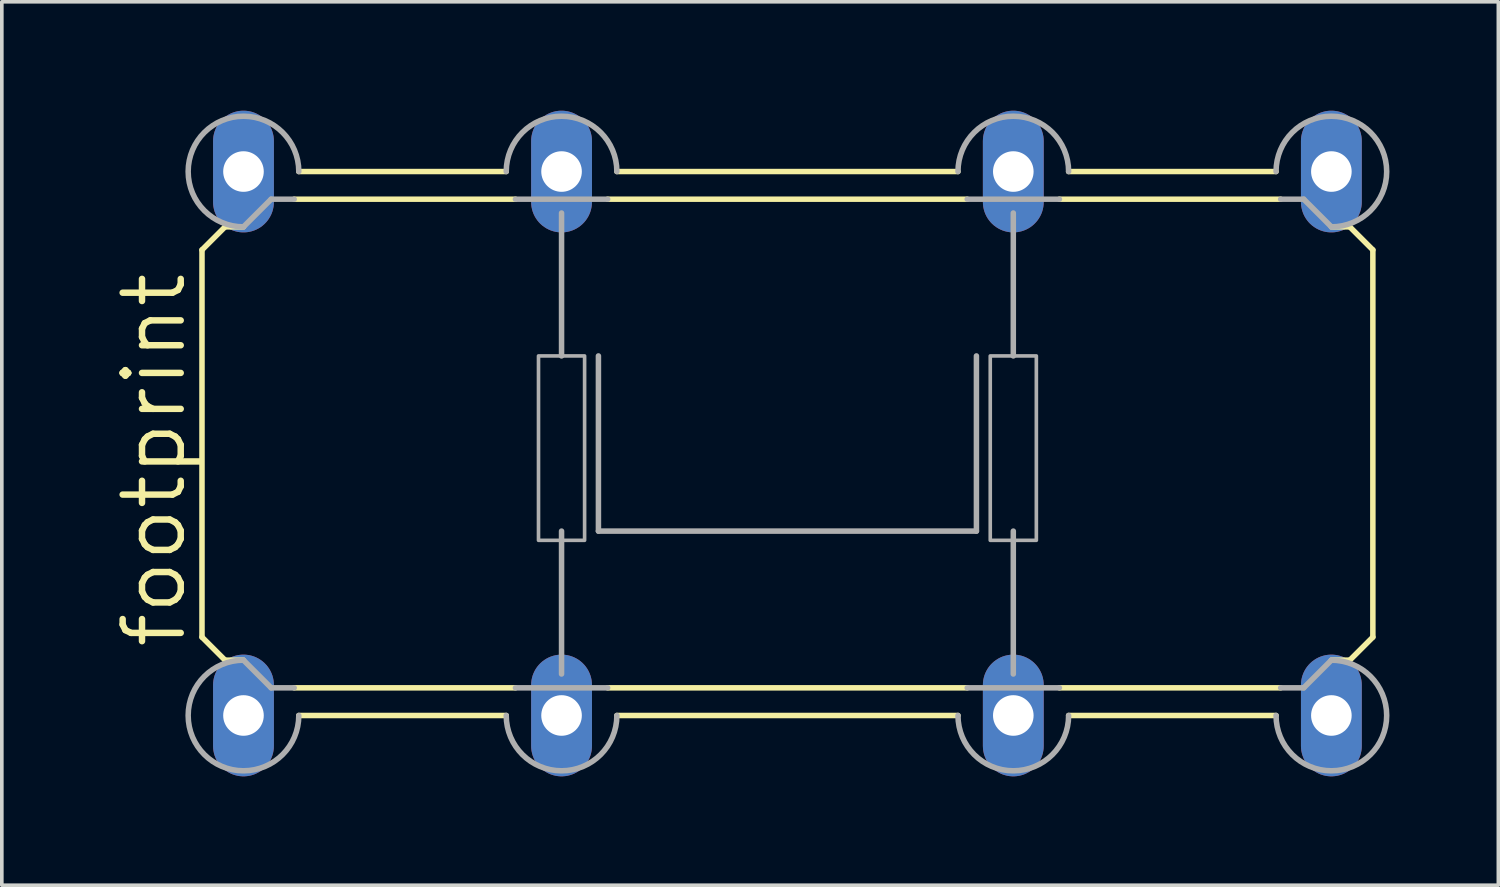
<source format=kicad_pcb>
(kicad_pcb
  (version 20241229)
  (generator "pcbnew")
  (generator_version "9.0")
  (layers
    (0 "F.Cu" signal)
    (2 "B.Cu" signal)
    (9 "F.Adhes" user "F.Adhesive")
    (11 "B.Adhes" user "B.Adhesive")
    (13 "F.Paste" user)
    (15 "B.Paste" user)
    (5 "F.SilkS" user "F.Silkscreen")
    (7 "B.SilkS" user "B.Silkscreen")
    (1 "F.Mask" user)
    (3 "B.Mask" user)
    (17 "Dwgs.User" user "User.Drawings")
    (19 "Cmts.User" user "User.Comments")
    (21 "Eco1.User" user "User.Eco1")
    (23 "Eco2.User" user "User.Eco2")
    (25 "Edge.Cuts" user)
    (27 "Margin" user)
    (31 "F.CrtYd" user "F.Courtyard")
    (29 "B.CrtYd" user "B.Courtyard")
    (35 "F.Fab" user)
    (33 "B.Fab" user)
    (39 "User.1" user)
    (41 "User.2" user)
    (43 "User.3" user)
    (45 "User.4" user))
  (footprint "footprint"
    (layer "F.Cu")
    (at 18.644 9.169)
    (property "Reference" "footprint" (at -16.51 5.715 90) (layer "F.SilkS") (effects (font (size 1.6 1.6) (thickness 0.178)) (justify left bottom)))
    (fp_line (start -16.129 5.334) (end -16.129 -5.334) (stroke (width 0.152) (type solid)) (layer "F.SilkS"))
    (fp_line (start -15.494 -5.969) (end -16.129 -5.334) (stroke (width 0.152) (type solid)) (layer "F.SilkS"))
    (fp_line (start -15.494 -5.969) (end -14.986 -5.969) (stroke (width 0.152) (type solid)) (layer "F.SilkS"))
    (fp_line (start -15.494 5.969) (end -16.129 5.334) (stroke (width 0.152) (type solid)) (layer "F.SilkS"))
    (fp_line (start -15.494 5.969) (end -14.986 5.969) (stroke (width 0.152) (type solid)) (layer "F.SilkS"))
    (fp_line (start -7.747 -7.493) (end -13.462 -7.493) (stroke (width 0.152) (type solid)) (layer "F.SilkS"))
    (fp_line (start -7.747 7.493) (end -13.462 7.493) (stroke (width 0.152) (type solid)) (layer "F.SilkS"))
    (fp_line (start -7.493 -6.731) (end -13.589 -6.731) (stroke (width 0.152) (type solid)) (layer "F.SilkS"))
    (fp_line (start -7.493 6.731) (end -13.589 6.731) (stroke (width 0.152) (type solid)) (layer "F.SilkS"))
    (fp_line (start 4.699 -7.493) (end -4.699 -7.493) (stroke (width 0.152) (type solid)) (layer "F.SilkS"))
    (fp_line (start 4.699 7.493) (end -4.699 7.493) (stroke (width 0.152) (type solid)) (layer "F.SilkS"))
    (fp_line (start 4.953 -6.731) (end -4.953 -6.731) (stroke (width 0.152) (type solid)) (layer "F.SilkS"))
    (fp_line (start 4.953 6.731) (end -4.953 6.731) (stroke (width 0.152) (type solid)) (layer "F.SilkS"))
    (fp_line (start 13.462 -7.493) (end 7.747 -7.493) (stroke (width 0.152) (type solid)) (layer "F.SilkS"))
    (fp_line (start 13.462 7.493) (end 7.747 7.493) (stroke (width 0.152) (type solid)) (layer "F.SilkS"))
    (fp_line (start 13.589 -6.731) (end 7.493 -6.731) (stroke (width 0.152) (type solid)) (layer "F.SilkS"))
    (fp_line (start 13.589 6.731) (end 7.493 6.731) (stroke (width 0.152) (type solid)) (layer "F.SilkS"))
    (fp_line (start 15.494 -5.969) (end 14.986 -5.969) (stroke (width 0.152) (type solid)) (layer "F.SilkS"))
    (fp_line (start 15.494 -5.969) (end 16.129 -5.334) (stroke (width 0.152) (type solid)) (layer "F.SilkS"))
    (fp_line (start 15.494 5.969) (end 14.986 5.969) (stroke (width 0.152) (type solid)) (layer "F.SilkS"))
    (fp_line (start 15.494 5.969) (end 16.129 5.334) (stroke (width 0.152) (type solid)) (layer "F.SilkS"))
    (fp_line (start 16.129 5.334) (end 16.129 -5.334) (stroke (width 0.152) (type solid)) (layer "F.SilkS"))
    (fp_line (start -14.224 -6.731) (end -14.986 -5.969) (stroke (width 0.152) (type solid)) (layer "F.Fab"))
    (fp_line (start -14.224 -6.731) (end -13.589 -6.731) (stroke (width 0.152) (type solid)) (layer "F.Fab"))
    (fp_line (start -14.224 6.731) (end -14.986 5.969) (stroke (width 0.152) (type solid)) (layer "F.Fab"))
    (fp_line (start -14.224 6.731) (end -13.589 6.731) (stroke (width 0.152) (type solid)) (layer "F.Fab"))
    (fp_line (start -7.493 -6.731) (end -4.953 -6.731) (stroke (width 0.152) (type solid)) (layer "F.Fab"))
    (fp_line (start -7.493 6.731) (end -4.953 6.731) (stroke (width 0.152) (type solid)) (layer "F.Fab"))
    (fp_line (start -6.223 -6.35) (end -6.223 -2.413) (stroke (width 0.152) (type solid)) (layer "F.Fab"))
    (fp_line (start -6.223 2.413) (end -6.223 6.35) (stroke (width 0.152) (type solid)) (layer "F.Fab"))
    (fp_line (start -5.207 2.413) (end -5.207 -2.413) (stroke (width 0.152) (type solid)) (layer "F.Fab"))
    (fp_line (start -5.207 2.413) (end 5.207 2.413) (stroke (width 0.152) (type solid)) (layer "F.Fab"))
    (fp_line (start 4.953 -6.731) (end 7.493 -6.731) (stroke (width 0.152) (type solid)) (layer "F.Fab"))
    (fp_line (start 4.953 6.731) (end 7.493 6.731) (stroke (width 0.152) (type solid)) (layer "F.Fab"))
    (fp_line (start 5.207 2.413) (end 5.207 -2.413) (stroke (width 0.152) (type solid)) (layer "F.Fab"))
    (fp_line (start 6.223 -6.35) (end 6.223 -2.413) (stroke (width 0.152) (type solid)) (layer "F.Fab"))
    (fp_line (start 6.223 2.413) (end 6.223 6.35) (stroke (width 0.152) (type solid)) (layer "F.Fab"))
    (fp_line (start 14.224 -6.731) (end 13.589 -6.731) (stroke (width 0.152) (type solid)) (layer "F.Fab"))
    (fp_line (start 14.224 -6.731) (end 14.986 -5.969) (stroke (width 0.152) (type solid)) (layer "F.Fab"))
    (fp_line (start 14.224 6.731) (end 13.589 6.731) (stroke (width 0.152) (type solid)) (layer "F.Fab"))
    (fp_line (start 14.224 6.731) (end 14.986 5.969) (stroke (width 0.152) (type solid)) (layer "F.Fab"))
    (fp_arc (start -14.986 -5.969) (mid -16.063631 -8.570631) (end -13.462 -7.493) (stroke (width 0.1524) (type solid)) (layer "F.Fab"))
    (fp_arc (start -13.462 7.493) (mid -16.063631 8.570631) (end -14.986 5.969) (stroke (width 0.1524) (type solid)) (layer "F.Fab"))
    (fp_arc (start -7.747 -7.493) (mid -6.223 -9.017) (end -4.699 -7.493) (stroke (width 0.1524) (type solid)) (layer "F.Fab"))
    (fp_arc (start -4.699 7.493) (mid -6.223 9.017) (end -7.747 7.493) (stroke (width 0.1524) (type solid)) (layer "F.Fab"))
    (fp_arc (start 4.699 -7.493) (mid 6.223 -9.017) (end 7.747 -7.493) (stroke (width 0.1524) (type solid)) (layer "F.Fab"))
    (fp_arc (start 7.747 7.493) (mid 6.223 9.017) (end 4.699 7.493) (stroke (width 0.1524) (type solid)) (layer "F.Fab"))
    (fp_arc (start 13.462 -7.493) (mid 16.063631 -8.570631) (end 14.986 -5.969) (stroke (width 0.1524) (type solid)) (layer "F.Fab"))
    (fp_arc (start 14.986 5.969) (mid 16.063631 8.570631) (end 13.462 7.493) (stroke (width 0.1524) (type solid)) (layer "F.Fab"))
    (fp_poly (pts (xy -6.858 2.667) (xy -5.588 2.667) (xy -5.588 -2.413) (xy -6.858 -2.413)) (stroke (width 0.1) (type solid)) (fill no) (layer "F.Fab"))
    (fp_poly (pts (xy 5.588 2.667) (xy 6.858 2.667) (xy 6.858 -2.413) (xy 5.588 -2.413)) (stroke (width 0.1) (type solid)) (fill no) (layer "F.Fab"))
    (pad "1" thru_hole oval (at -6.223 7.493 90) (size 3.353 1.676) (drill 1.118) (layers "*.Cu" "*.Mask"))
    (pad "2" thru_hole oval (at -6.223 -7.493 90) (size 3.353 1.676) (drill 1.118) (layers "*.Cu" "*.Mask"))
    (pad "3" thru_hole oval (at 6.223 7.493 90) (size 3.353 1.676) (drill 1.118) (layers "*.Cu" "*.Mask"))
    (pad "4" thru_hole oval (at 6.223 -7.493 90) (size 3.353 1.676) (drill 1.118) (layers "*.Cu" "*.Mask"))
    (pad "5" thru_hole oval (at -14.986 7.493 90) (size 3.353 1.676) (drill 1.118) (layers "*.Cu" "*.Mask"))
    (pad "6" thru_hole oval (at -14.986 -7.493 90) (size 3.353 1.676) (drill 1.118) (layers "*.Cu" "*.Mask"))
    (pad "7" thru_hole oval (at 14.986 7.493 90) (size 3.353 1.676) (drill 1.118) (layers "*.Cu" "*.Mask"))
    (pad "8" thru_hole oval (at 14.986 -7.493 90) (size 3.353 1.676) (drill 1.118) (layers "*.Cu" "*.Mask")))
  (gr_rect
    (start -3 -3)
    (end 38.23 21.339)
    (stroke (width 0.1) (type default))
    (fill no)
    (layer "Edge.Cuts")))
</source>
